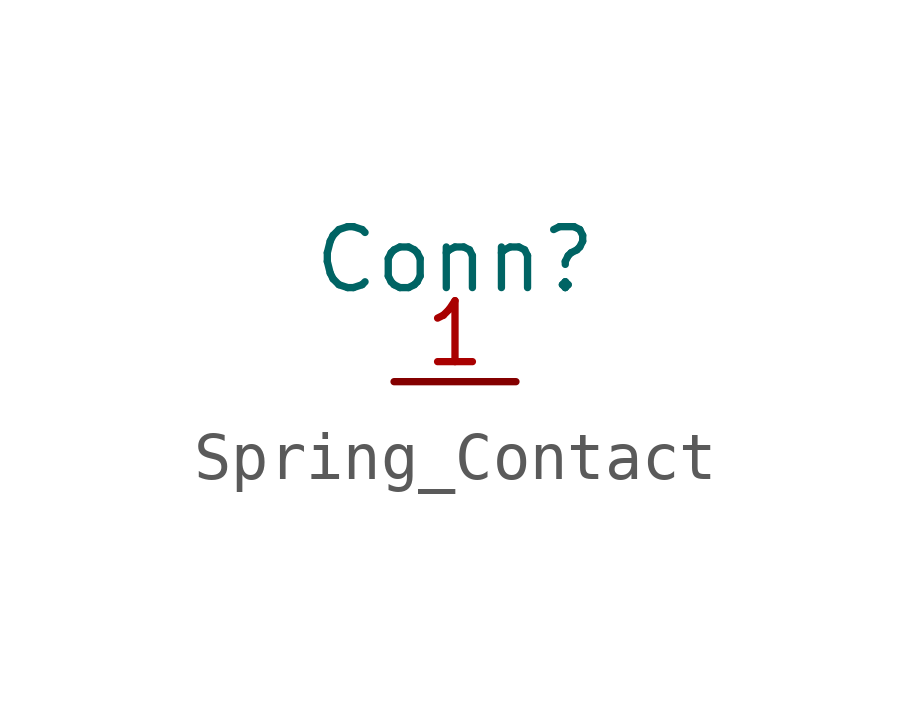
<source format=kicad_sym>
(kicad_symbol_lib
  (version 20220914)
  (generator kicad_symbol_editor)
  (symbol "Spring_Contact"
    (property "Reference" "Conn"
      (at 0 0 0)
      (effects (font (size 1.27 1.27))))
    (property "Value" ""
      (at 0 0 0)
      (effects (font (size 1.27 1.27))))
    (symbol "Spring_Contact_1_1"
      (pin input line (at -1.27 -2.54 0) (length 2.54) (name "" (effects (font (size 1.27 1.27)))) (number "1" (effects (font (size 1.27 1.27))))))))
</source>
